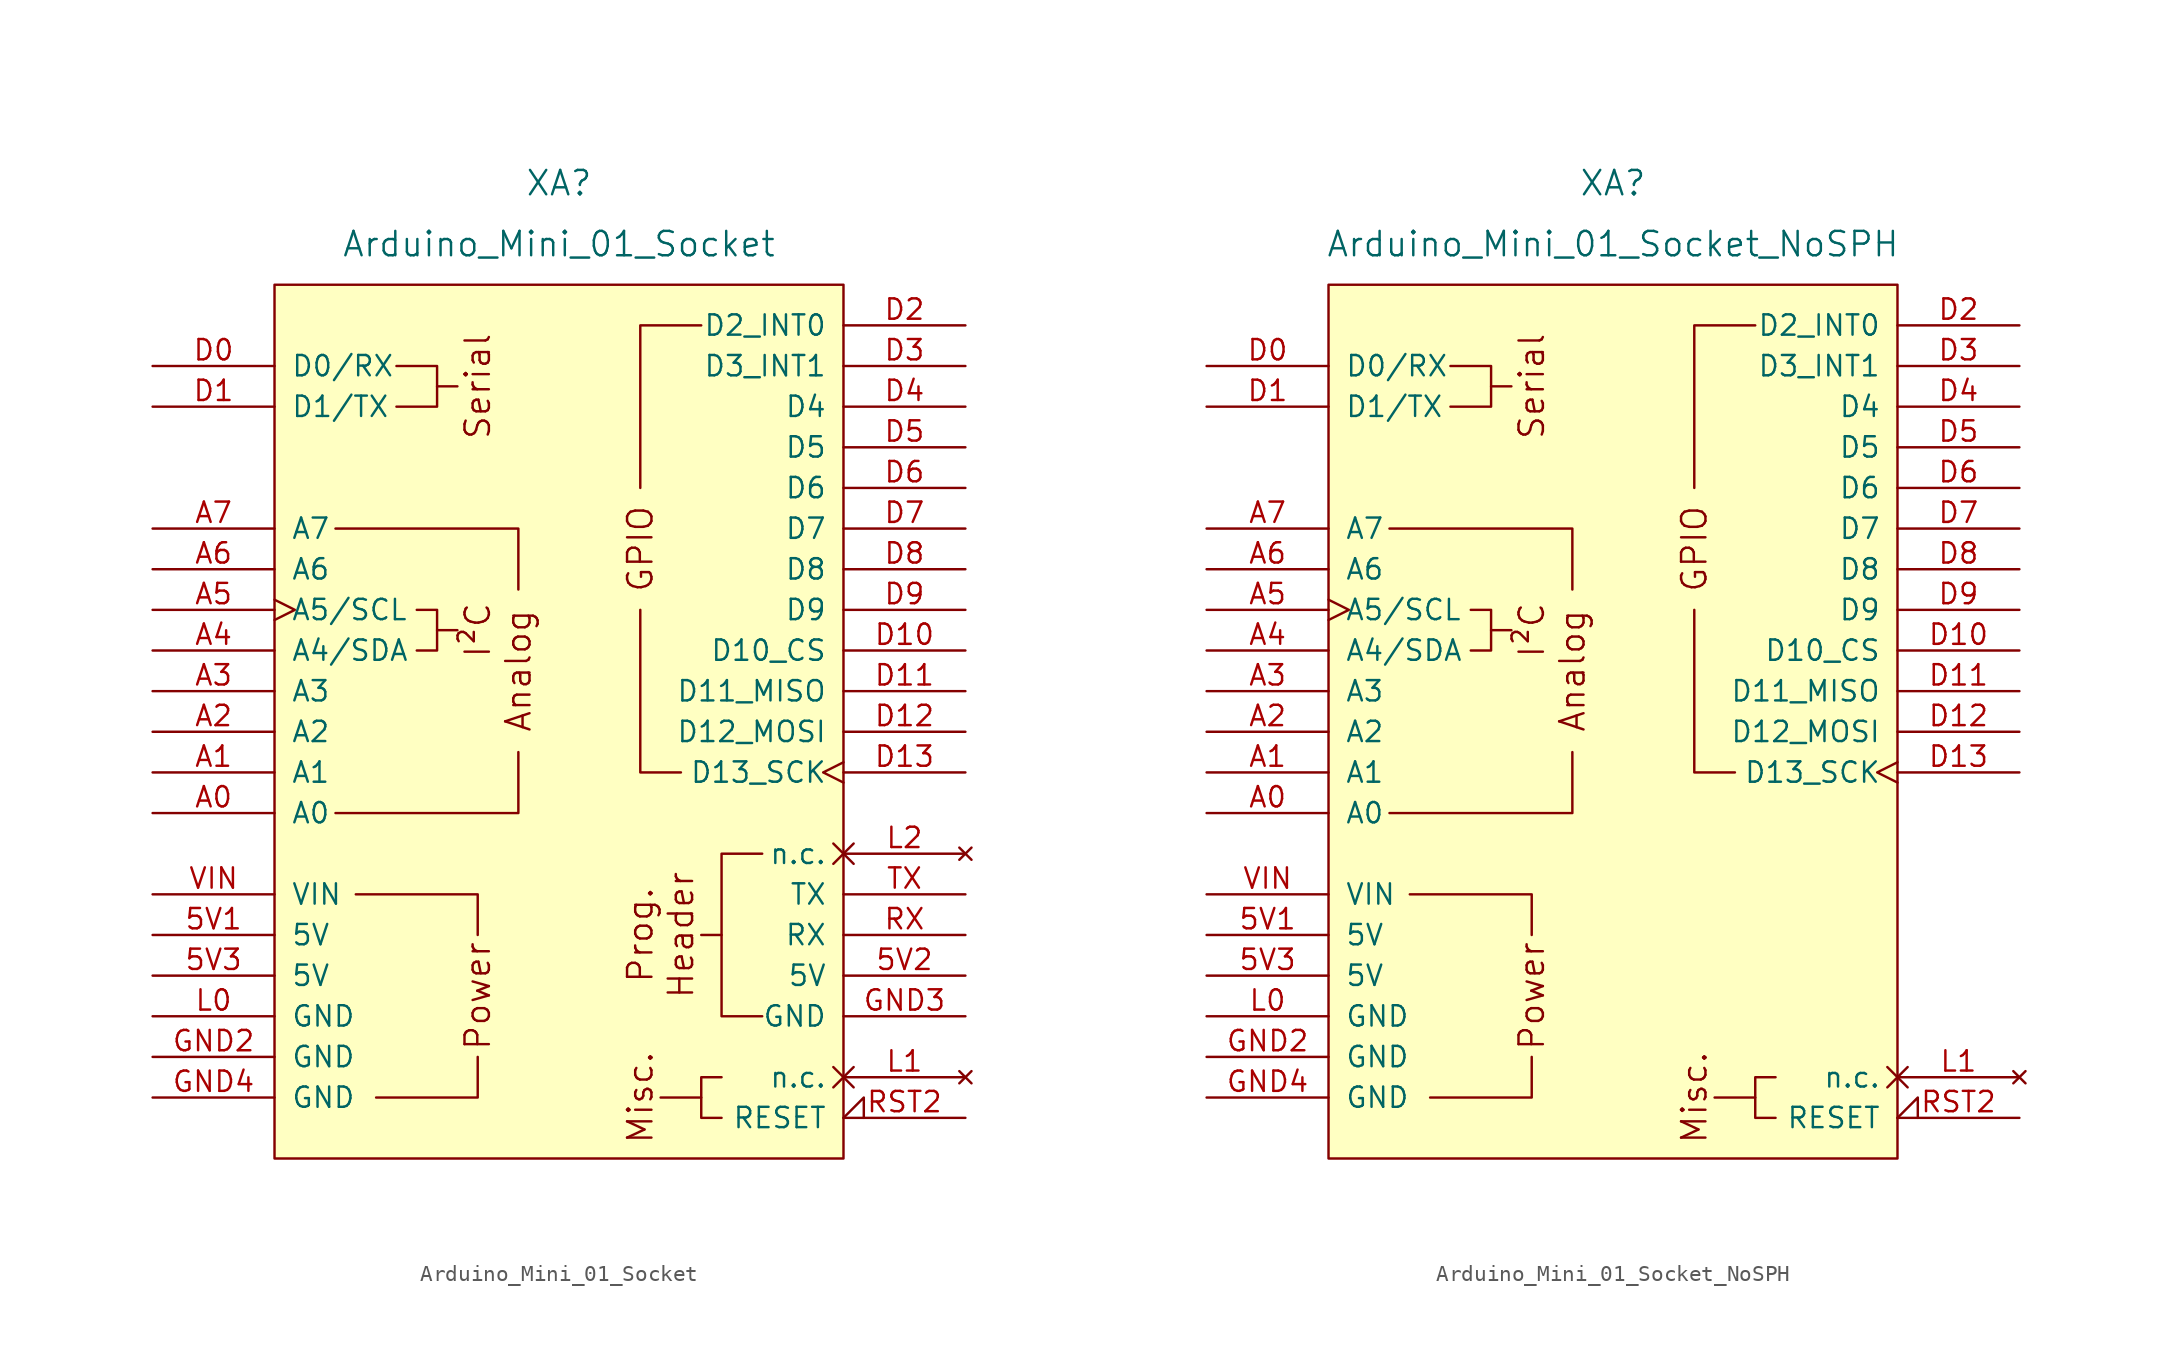
<source format=kicad_sym>
(kicad_symbol_lib
  (version 20211014)
  (generator kicad_symbol_editor)
  (symbol "Arduino_Mini_01_Socket"
    (pin_names
      (offset 1.016))
    (property "Reference" "XA"
      (at 0 34.29 0)
      (effects (font (size 1.524 1.524))))
    (property "Value" "Arduino_Mini_01_Socket"
      (at 0 30.48 0)
      (effects (font (size 1.524 1.524))))
    (symbol "Arduino_Mini_01_Socket_0_0"
      (rectangle (start -17.78 27.94) (end 17.78 -26.67) (stroke (width 0) (type default) (color 0 0 0 0)) (fill (type background)))
      (polyline (pts (xy -7.62 6.35) (xy -6.35 6.35)) (stroke (width 0) (type default) (color 0 0 0 0)) (fill (type none)))
      (polyline (pts (xy -7.62 21.59) (xy -6.35 21.59)) (stroke (width 0) (type default) (color 0 0 0 0)) (fill (type none)))
      (polyline (pts (xy 8.89 -22.86) (xy 6.35 -22.86)) (stroke (width 0) (type default) (color 0 0 0 0)) (fill (type none)))
      (polyline (pts (xy -11.43 -22.86) (xy -5.08 -22.86) (xy -5.08 -20.32)) (stroke (width 0) (type default) (color 0 0 0 0)) (fill (type none)))
      (polyline (pts (xy -5.08 -12.7) (xy -5.08 -10.16) (xy -12.7 -10.16)) (stroke (width 0) (type default) (color 0 0 0 0)) (fill (type none)))
      (polyline (pts (xy -2.54 -1.27) (xy -2.54 -5.08) (xy -13.97 -5.08)) (stroke (width 0) (type default) (color 0 0 0 0)) (fill (type none)))
      (polyline (pts (xy -2.54 8.89) (xy -2.54 12.7) (xy -13.97 12.7)) (stroke (width 0) (type default) (color 0 0 0 0)) (fill (type none)))
      (polyline (pts (xy 10.16 -12.7) (xy 10.16 -17.78) (xy 12.7 -17.78)) (stroke (width 0) (type default) (color 0 0 0 0)) (fill (type none)))
      (polyline (pts (xy -10.16 22.86) (xy -7.62 22.86) (xy -7.62 20.32) (xy -10.16 20.32)) (stroke (width 0) (type default) (color 0 0 0 0)) (fill (type none)))
      (polyline (pts (xy -8.89 7.62) (xy -7.62 7.62) (xy -7.62 5.08) (xy -8.89 5.08)) (stroke (width 0) (type default) (color 0 0 0 0)) (fill (type none)))
      (polyline (pts (xy 12.7 -7.62) (xy 10.16 -7.62) (xy 10.16 -12.7) (xy 8.89 -12.7)) (stroke (width 0) (type default) (color 0 0 0 0)) (fill (type none)))
      (text "Analog" (at -2.54 3.81 900) (effects (font (size 1.524 1.524))))
      (text "Header" (at 7.62 -12.7 900) (effects (font (size 1.524 1.524))))
      (text "I²C" (at -5.08 6.35 900) (effects (font (size 1.524 1.524))))
      (text "Misc." (at 5.08 -22.86 900) (effects (font (size 1.524 1.524))))
      (text "Power" (at -5.08 -16.51 900) (effects (font (size 1.524 1.524))))
      (text "Prog." (at 5.08 -12.7 900) (effects (font (size 1.524 1.524))))
      (text "Serial" (at -5.08 21.59 900) (effects (font (size 1.524 1.524)))))
    (symbol "Arduino_Mini_01_Socket_0_1"
      (polyline (pts (xy 7.62 -2.54) (xy 5.08 -2.54) (xy 5.08 7.62)) (stroke (width 0) (type default) (color 0 0 0 0)) (fill (type none)))
      (polyline (pts (xy 8.89 25.4) (xy 5.08 25.4) (xy 5.08 15.24)) (stroke (width 0) (type default) (color 0 0 0 0)) (fill (type none)))
      (polyline (pts (xy 10.16 -21.59) (xy 8.89 -21.59) (xy 8.89 -24.13) (xy 10.16 -24.13)) (stroke (width 0) (type default) (color 0 0 0 0)) (fill (type none))))
    (symbol "Arduino_Mini_01_Socket_1_0"
      (text "GPIO" (at 5.08 11.43 900) (effects (font (size 1.524 1.524)))))
    (symbol "Arduino_Mini_01_Socket_1_1"
      (pin power_in line (at -25.4 -12.7 0) (length 7.62) (name "5V" (effects (font (size 1.27 1.27)))) (number "5V1" (effects (font (size 1.27 1.27)))))
      (pin power_in line (at 25.4 -15.24 180) (length 7.62) (name "5V" (effects (font (size 1.27 1.27)))) (number "5V2" (effects (font (size 1.27 1.27)))))
      (pin power_in line (at -25.4 -15.24 0) (length 7.62) (name "5V" (effects (font (size 1.27 1.27)))) (number "5V3" (effects (font (size 1.27 1.27)))))
      (pin bidirectional line (at -25.4 -5.08 0) (length 7.62) (name "A0" (effects (font (size 1.27 1.27)))) (number "A0" (effects (font (size 1.27 1.27)))))
      (pin bidirectional line (at -25.4 -2.54 0) (length 7.62) (name "A1" (effects (font (size 1.27 1.27)))) (number "A1" (effects (font (size 1.27 1.27)))))
      (pin bidirectional line (at -25.4 0 0) (length 7.62) (name "A2" (effects (font (size 1.27 1.27)))) (number "A2" (effects (font (size 1.27 1.27)))))
      (pin bidirectional line (at -25.4 2.54 0) (length 7.62) (name "A3" (effects (font (size 1.27 1.27)))) (number "A3" (effects (font (size 1.27 1.27)))))
      (pin bidirectional line (at -25.4 5.08 0) (length 7.62) (name "A4/SDA" (effects (font (size 1.27 1.27)))) (number "A4" (effects (font (size 1.27 1.27)))))
      (pin bidirectional clock (at -25.4 7.62 0) (length 7.62) (name "A5/SCL" (effects (font (size 1.27 1.27)))) (number "A5" (effects (font (size 1.27 1.27)))))
      (pin input line (at -25.4 10.16 0) (length 7.62) (name "A6" (effects (font (size 1.27 1.27)))) (number "A6" (effects (font (size 1.27 1.27)))))
      (pin input line (at -25.4 12.7 0) (length 7.62) (name "A7" (effects (font (size 1.27 1.27)))) (number "A7" (effects (font (size 1.27 1.27)))))
      (pin bidirectional line (at -25.4 22.86 0) (length 7.62) (name "D0/RX" (effects (font (size 1.27 1.27)))) (number "D0" (effects (font (size 1.27 1.27)))))
      (pin bidirectional line (at -25.4 20.32 0) (length 7.62) (name "D1/TX" (effects (font (size 1.27 1.27)))) (number "D1" (effects (font (size 1.27 1.27)))))
      (pin bidirectional line (at 25.4 5.08 180) (length 7.62) (name "D10_CS" (effects (font (size 1.27 1.27)))) (number "D10" (effects (font (size 1.27 1.27)))))
      (pin bidirectional line (at 25.4 2.54 180) (length 7.62) (name "D11_MISO" (effects (font (size 1.27 1.27)))) (number "D11" (effects (font (size 1.27 1.27)))))
      (pin bidirectional line (at 25.4 0 180) (length 7.62) (name "D12_MOSI" (effects (font (size 1.27 1.27)))) (number "D12" (effects (font (size 1.27 1.27)))))
      (pin bidirectional clock (at 25.4 -2.54 180) (length 7.62) (name "D13_SCK" (effects (font (size 1.27 1.27)))) (number "D13" (effects (font (size 1.27 1.27)))))
      (pin bidirectional line (at 25.4 25.4 180) (length 7.62) (name "D2_INT0" (effects (font (size 1.27 1.27)))) (number "D2" (effects (font (size 1.27 1.27)))))
      (pin bidirectional line (at 25.4 22.86 180) (length 7.62) (name "D3_INT1" (effects (font (size 1.27 1.27)))) (number "D3" (effects (font (size 1.27 1.27)))))
      (pin bidirectional line (at 25.4 20.32 180) (length 7.62) (name "D4" (effects (font (size 1.27 1.27)))) (number "D4" (effects (font (size 1.27 1.27)))))
      (pin bidirectional line (at 25.4 17.78 180) (length 7.62) (name "D5" (effects (font (size 1.27 1.27)))) (number "D5" (effects (font (size 1.27 1.27)))))
      (pin bidirectional line (at 25.4 15.24 180) (length 7.62) (name "D6" (effects (font (size 1.27 1.27)))) (number "D6" (effects (font (size 1.27 1.27)))))
      (pin bidirectional line (at 25.4 12.7 180) (length 7.62) (name "D7" (effects (font (size 1.27 1.27)))) (number "D7" (effects (font (size 1.27 1.27)))))
      (pin bidirectional line (at 25.4 10.16 180) (length 7.62) (name "D8" (effects (font (size 1.27 1.27)))) (number "D8" (effects (font (size 1.27 1.27)))))
      (pin bidirectional line (at 25.4 7.62 180) (length 7.62) (name "D9" (effects (font (size 1.27 1.27)))) (number "D9" (effects (font (size 1.27 1.27)))))
      (pin power_in line (at -25.4 -20.32 0) (length 7.62) (name "GND" (effects (font (size 1.27 1.27)))) (number "GND2" (effects (font (size 1.27 1.27)))))
      (pin power_in line (at 25.4 -17.78 180) (length 7.62) (name "GND" (effects (font (size 1.27 1.27)))) (number "GND3" (effects (font (size 1.27 1.27)))))
      (pin power_in line (at -25.4 -22.86 0) (length 7.62) (name "GND" (effects (font (size 1.27 1.27)))) (number "GND4" (effects (font (size 1.27 1.27)))))
      (pin power_in line (at -25.4 -17.78 0) (length 7.62) (name "GND" (effects (font (size 1.27 1.27)))) (number "L0" (effects (font (size 1.27 1.27)))))
      (pin no_connect non_logic (at 25.4 -21.59 180) (length 7.62) (name "n.c." (effects (font (size 1.27 1.27)))) (number "L1" (effects (font (size 1.27 1.27)))))
      (pin no_connect non_logic (at 25.4 -7.62 180) (length 7.62) (name "n.c." (effects (font (size 1.27 1.27)))) (number "L2" (effects (font (size 1.27 1.27)))))
      (pin open_collector input_low (at 25.4 -24.13 180) (length 7.62) (name "RESET" (effects (font (size 1.27 1.27)))) (number "RST2" (effects (font (size 1.27 1.27)))))
      (pin bidirectional line (at 25.4 -12.7 180) (length 7.62) (name "RX" (effects (font (size 1.27 1.27)))) (number "RX" (effects (font (size 1.27 1.27)))))
      (pin bidirectional line (at 25.4 -10.16 180) (length 7.62) (name "TX" (effects (font (size 1.27 1.27)))) (number "TX" (effects (font (size 1.27 1.27)))))
      (pin power_in line (at -25.4 -10.16 0) (length 7.62) (name "VIN" (effects (font (size 1.27 1.27)))) (number "VIN" (effects (font (size 1.27 1.27)))))))
  (symbol "Arduino_Mini_01_Socket_NoSPH"
    (pin_names
      (offset 1.016))
    (property "Reference" "XA"
      (at 0 34.29 0)
      (effects (font (size 1.524 1.524))))
    (property "Value" "Arduino_Mini_01_Socket_NoSPH"
      (at 0 30.48 0)
      (effects (font (size 1.524 1.524))))
    (symbol "Arduino_Mini_01_Socket_NoSPH_0_0"
      (rectangle (start -17.78 27.94) (end 17.78 -26.67) (stroke (width 0) (type default) (color 0 0 0 0)) (fill (type background)))
      (polyline (pts (xy -7.62 6.35) (xy -6.35 6.35)) (stroke (width 0) (type default) (color 0 0 0 0)) (fill (type none)))
      (polyline (pts (xy -7.62 21.59) (xy -6.35 21.59)) (stroke (width 0) (type default) (color 0 0 0 0)) (fill (type none)))
      (polyline (pts (xy 8.89 -22.86) (xy 6.35 -22.86)) (stroke (width 0) (type default) (color 0 0 0 0)) (fill (type none)))
      (polyline (pts (xy -11.43 -22.86) (xy -5.08 -22.86) (xy -5.08 -20.32)) (stroke (width 0) (type default) (color 0 0 0 0)) (fill (type none)))
      (polyline (pts (xy -5.08 -12.7) (xy -5.08 -10.16) (xy -12.7 -10.16)) (stroke (width 0) (type default) (color 0 0 0 0)) (fill (type none)))
      (polyline (pts (xy -2.54 -1.27) (xy -2.54 -5.08) (xy -13.97 -5.08)) (stroke (width 0) (type default) (color 0 0 0 0)) (fill (type none)))
      (polyline (pts (xy -2.54 8.89) (xy -2.54 12.7) (xy -13.97 12.7)) (stroke (width 0) (type default) (color 0 0 0 0)) (fill (type none)))
      (polyline (pts (xy -10.16 22.86) (xy -7.62 22.86) (xy -7.62 20.32) (xy -10.16 20.32)) (stroke (width 0) (type default) (color 0 0 0 0)) (fill (type none)))
      (polyline (pts (xy -8.89 7.62) (xy -7.62 7.62) (xy -7.62 5.08) (xy -8.89 5.08)) (stroke (width 0) (type default) (color 0 0 0 0)) (fill (type none)))
      (text "Analog" (at -2.54 3.81 900) (effects (font (size 1.524 1.524))))
      (text "I²C" (at -5.08 6.35 900) (effects (font (size 1.524 1.524))))
      (text "Misc." (at 5.08 -22.86 900) (effects (font (size 1.524 1.524))))
      (text "Power" (at -5.08 -16.51 900) (effects (font (size 1.524 1.524))))
      (text "Serial" (at -5.08 21.59 900) (effects (font (size 1.524 1.524)))))
    (symbol "Arduino_Mini_01_Socket_NoSPH_0_1"
      (polyline (pts (xy 7.62 -2.54) (xy 5.08 -2.54) (xy 5.08 7.62)) (stroke (width 0) (type default) (color 0 0 0 0)) (fill (type none)))
      (polyline (pts (xy 8.89 25.4) (xy 5.08 25.4) (xy 5.08 15.24)) (stroke (width 0) (type default) (color 0 0 0 0)) (fill (type none)))
      (polyline (pts (xy 10.16 -21.59) (xy 8.89 -21.59) (xy 8.89 -24.13) (xy 10.16 -24.13)) (stroke (width 0) (type default) (color 0 0 0 0)) (fill (type none))))
    (symbol "Arduino_Mini_01_Socket_NoSPH_1_0"
      (text "GPIO" (at 5.08 11.43 900) (effects (font (size 1.524 1.524)))))
    (symbol "Arduino_Mini_01_Socket_NoSPH_1_1"
      (pin power_in line (at -25.4 -12.7 0) (length 7.62) (name "5V" (effects (font (size 1.27 1.27)))) (number "5V1" (effects (font (size 1.27 1.27)))))
      (pin power_in line (at -25.4 -15.24 0) (length 7.62) (name "5V" (effects (font (size 1.27 1.27)))) (number "5V3" (effects (font (size 1.27 1.27)))))
      (pin bidirectional line (at -25.4 -5.08 0) (length 7.62) (name "A0" (effects (font (size 1.27 1.27)))) (number "A0" (effects (font (size 1.27 1.27)))))
      (pin bidirectional line (at -25.4 -2.54 0) (length 7.62) (name "A1" (effects (font (size 1.27 1.27)))) (number "A1" (effects (font (size 1.27 1.27)))))
      (pin bidirectional line (at -25.4 0 0) (length 7.62) (name "A2" (effects (font (size 1.27 1.27)))) (number "A2" (effects (font (size 1.27 1.27)))))
      (pin bidirectional line (at -25.4 2.54 0) (length 7.62) (name "A3" (effects (font (size 1.27 1.27)))) (number "A3" (effects (font (size 1.27 1.27)))))
      (pin bidirectional line (at -25.4 5.08 0) (length 7.62) (name "A4/SDA" (effects (font (size 1.27 1.27)))) (number "A4" (effects (font (size 1.27 1.27)))))
      (pin bidirectional clock (at -25.4 7.62 0) (length 7.62) (name "A5/SCL" (effects (font (size 1.27 1.27)))) (number "A5" (effects (font (size 1.27 1.27)))))
      (pin input line (at -25.4 10.16 0) (length 7.62) (name "A6" (effects (font (size 1.27 1.27)))) (number "A6" (effects (font (size 1.27 1.27)))))
      (pin input line (at -25.4 12.7 0) (length 7.62) (name "A7" (effects (font (size 1.27 1.27)))) (number "A7" (effects (font (size 1.27 1.27)))))
      (pin bidirectional line (at -25.4 22.86 0) (length 7.62) (name "D0/RX" (effects (font (size 1.27 1.27)))) (number "D0" (effects (font (size 1.27 1.27)))))
      (pin bidirectional line (at -25.4 20.32 0) (length 7.62) (name "D1/TX" (effects (font (size 1.27 1.27)))) (number "D1" (effects (font (size 1.27 1.27)))))
      (pin bidirectional line (at 25.4 5.08 180) (length 7.62) (name "D10_CS" (effects (font (size 1.27 1.27)))) (number "D10" (effects (font (size 1.27 1.27)))))
      (pin bidirectional line (at 25.4 2.54 180) (length 7.62) (name "D11_MISO" (effects (font (size 1.27 1.27)))) (number "D11" (effects (font (size 1.27 1.27)))))
      (pin bidirectional line (at 25.4 0 180) (length 7.62) (name "D12_MOSI" (effects (font (size 1.27 1.27)))) (number "D12" (effects (font (size 1.27 1.27)))))
      (pin bidirectional clock (at 25.4 -2.54 180) (length 7.62) (name "D13_SCK" (effects (font (size 1.27 1.27)))) (number "D13" (effects (font (size 1.27 1.27)))))
      (pin bidirectional line (at 25.4 25.4 180) (length 7.62) (name "D2_INT0" (effects (font (size 1.27 1.27)))) (number "D2" (effects (font (size 1.27 1.27)))))
      (pin bidirectional line (at 25.4 22.86 180) (length 7.62) (name "D3_INT1" (effects (font (size 1.27 1.27)))) (number "D3" (effects (font (size 1.27 1.27)))))
      (pin bidirectional line (at 25.4 20.32 180) (length 7.62) (name "D4" (effects (font (size 1.27 1.27)))) (number "D4" (effects (font (size 1.27 1.27)))))
      (pin bidirectional line (at 25.4 17.78 180) (length 7.62) (name "D5" (effects (font (size 1.27 1.27)))) (number "D5" (effects (font (size 1.27 1.27)))))
      (pin bidirectional line (at 25.4 15.24 180) (length 7.62) (name "D6" (effects (font (size 1.27 1.27)))) (number "D6" (effects (font (size 1.27 1.27)))))
      (pin bidirectional line (at 25.4 12.7 180) (length 7.62) (name "D7" (effects (font (size 1.27 1.27)))) (number "D7" (effects (font (size 1.27 1.27)))))
      (pin bidirectional line (at 25.4 10.16 180) (length 7.62) (name "D8" (effects (font (size 1.27 1.27)))) (number "D8" (effects (font (size 1.27 1.27)))))
      (pin bidirectional line (at 25.4 7.62 180) (length 7.62) (name "D9" (effects (font (size 1.27 1.27)))) (number "D9" (effects (font (size 1.27 1.27)))))
      (pin power_in line (at -25.4 -20.32 0) (length 7.62) (name "GND" (effects (font (size 1.27 1.27)))) (number "GND2" (effects (font (size 1.27 1.27)))))
      (pin power_in line (at -25.4 -22.86 0) (length 7.62) (name "GND" (effects (font (size 1.27 1.27)))) (number "GND4" (effects (font (size 1.27 1.27)))))
      (pin power_in line (at -25.4 -17.78 0) (length 7.62) (name "GND" (effects (font (size 1.27 1.27)))) (number "L0" (effects (font (size 1.27 1.27)))))
      (pin no_connect non_logic (at 25.4 -21.59 180) (length 7.62) (name "n.c." (effects (font (size 1.27 1.27)))) (number "L1" (effects (font (size 1.27 1.27)))))
      (pin open_collector input_low (at 25.4 -24.13 180) (length 7.62) (name "RESET" (effects (font (size 1.27 1.27)))) (number "RST2" (effects (font (size 1.27 1.27)))))
      (pin power_in line (at -25.4 -10.16 0) (length 7.62) (name "VIN" (effects (font (size 1.27 1.27)))) (number "VIN" (effects (font (size 1.27 1.27))))))))
</source>
